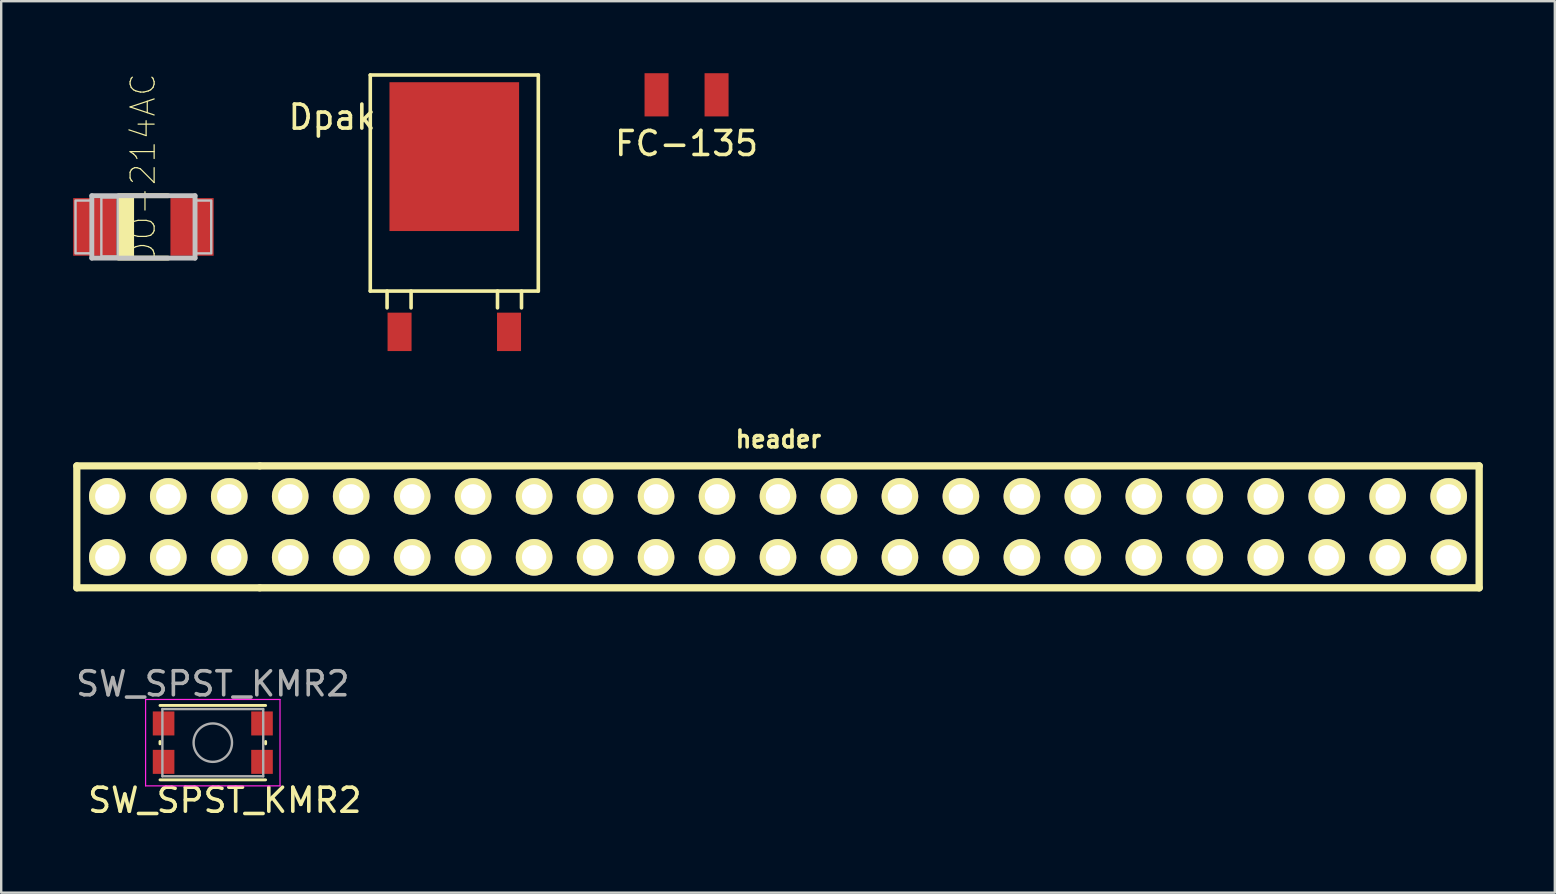
<source format=kicad_pcb>
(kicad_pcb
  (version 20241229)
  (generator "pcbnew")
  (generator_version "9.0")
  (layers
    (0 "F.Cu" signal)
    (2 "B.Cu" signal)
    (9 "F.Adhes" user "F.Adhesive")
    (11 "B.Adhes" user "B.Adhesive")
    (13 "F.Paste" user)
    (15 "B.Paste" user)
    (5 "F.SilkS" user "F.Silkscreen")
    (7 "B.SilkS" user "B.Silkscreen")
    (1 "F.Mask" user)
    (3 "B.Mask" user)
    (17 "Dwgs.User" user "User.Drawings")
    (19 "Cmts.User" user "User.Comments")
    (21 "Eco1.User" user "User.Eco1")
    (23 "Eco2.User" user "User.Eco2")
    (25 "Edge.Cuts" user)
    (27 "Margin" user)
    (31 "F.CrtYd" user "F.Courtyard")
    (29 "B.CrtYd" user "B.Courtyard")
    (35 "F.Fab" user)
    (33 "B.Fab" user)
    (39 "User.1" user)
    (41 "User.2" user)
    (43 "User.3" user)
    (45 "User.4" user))
  (footprint "header"
    (layer "F.Cu")
    (at 29.375 18.748)
    (property "Reference" "header" (at 0 -3.5 0) (layer "F.SilkS") (effects (font (size 0.7 0.7) (thickness 0.15))))
    (attr through_hole)
    (fp_line (start -29.225 -2.39) (end -21.605 -2.39) (stroke (width 0.3) (type solid)) (layer "F.SilkS"))
    (fp_line (start -29.225 2.69) (end -29.225 -2.39) (stroke (width 0.3) (type solid)) (layer "F.SilkS"))
    (fp_line (start -21.605 -2.39) (end 29.195 -2.39) (stroke (width 0.305) (type solid)) (layer "F.SilkS"))
    (fp_line (start -21.605 2.69) (end -29.225 2.69) (stroke (width 0.3) (type solid)) (layer "F.SilkS"))
    (fp_line (start -21.605 2.69) (end 29.195 2.69) (stroke (width 0.305) (type solid)) (layer "F.SilkS"))
    (fp_line (start 29.195 -2.39) (end 29.195 2.69) (stroke (width 0.305) (type solid)) (layer "F.SilkS"))
    (pad "1" thru_hole circle (at 27.925 1.42 180) (size 1.5 1.5) (drill 1.02) (layers "*.Cu" "*.Mask" "F.SilkS"))
    (pad "2" thru_hole circle (at 27.925 -1.12 180) (size 1.524 1.524) (drill 1.016) (layers "*.Cu" "*.Mask" "F.SilkS"))
    (pad "3" thru_hole circle (at 25.385 1.42 180) (size 1.524 1.524) (drill 1.016) (layers "*.Cu" "*.Mask" "F.SilkS"))
    (pad "4" thru_hole circle (at 25.385 -1.12 180) (size 1.524 1.524) (drill 1.016) (layers "*.Cu" "*.Mask" "F.SilkS"))
    (pad "5" thru_hole circle (at 22.845 1.42 180) (size 1.524 1.524) (drill 1.016) (layers "*.Cu" "*.Mask" "F.SilkS"))
    (pad "6" thru_hole circle (at 22.845 -1.12 180) (size 1.524 1.524) (drill 1.016) (layers "*.Cu" "*.Mask" "F.SilkS"))
    (pad "7" thru_hole circle (at 20.305 1.42 180) (size 1.524 1.524) (drill 1.016) (layers "*.Cu" "*.Mask" "F.SilkS"))
    (pad "8" thru_hole circle (at 20.305 -1.12 180) (size 1.524 1.524) (drill 1.016) (layers "*.Cu" "*.Mask" "F.SilkS"))
    (pad "9" thru_hole circle (at 17.765 1.42 180) (size 1.524 1.524) (drill 1.016) (layers "*.Cu" "*.Mask" "F.SilkS"))
    (pad "10" thru_hole circle (at 17.765 -1.12 180) (size 1.524 1.524) (drill 1.016) (layers "*.Cu" "*.Mask" "F.SilkS"))
    (pad "11" thru_hole circle (at 15.225 1.42 180) (size 1.524 1.524) (drill 1.016) (layers "*.Cu" "*.Mask" "F.SilkS"))
    (pad "12" thru_hole circle (at 15.225 -1.12 180) (size 1.524 1.524) (drill 1.016) (layers "*.Cu" "*.Mask" "F.SilkS"))
    (pad "13" thru_hole circle (at 12.685 1.42 180) (size 1.524 1.524) (drill 1.016) (layers "*.Cu" "*.Mask" "F.SilkS"))
    (pad "14" thru_hole circle (at 12.685 -1.12 180) (size 1.524 1.524) (drill 1.016) (layers "*.Cu" "*.Mask" "F.SilkS"))
    (pad "15" thru_hole circle (at 10.145 1.42 180) (size 1.524 1.524) (drill 1.016) (layers "*.Cu" "*.Mask" "F.SilkS"))
    (pad "16" thru_hole circle (at 10.145 -1.12 180) (size 1.524 1.524) (drill 1.016) (layers "*.Cu" "*.Mask" "F.SilkS"))
    (pad "17" thru_hole circle (at 7.605 1.42 180) (size 1.524 1.524) (drill 1.016) (layers "*.Cu" "*.Mask" "F.SilkS"))
    (pad "18" thru_hole circle (at 7.605 -1.12 180) (size 1.524 1.524) (drill 1.016) (layers "*.Cu" "*.Mask" "F.SilkS"))
    (pad "19" thru_hole circle (at 5.065 1.42 180) (size 1.524 1.524) (drill 1.016) (layers "*.Cu" "*.Mask" "F.SilkS"))
    (pad "20" thru_hole circle (at 5.065 -1.12 180) (size 1.524 1.524) (drill 1.016) (layers "*.Cu" "*.Mask" "F.SilkS"))
    (pad "21" thru_hole circle (at 2.525 1.42 180) (size 1.524 1.524) (drill 1.016) (layers "*.Cu" "*.Mask" "F.SilkS"))
    (pad "22" thru_hole circle (at 2.525 -1.12 180) (size 1.524 1.524) (drill 1.016) (layers "*.Cu" "*.Mask" "F.SilkS"))
    (pad "23" thru_hole circle (at -0.015 1.42 180) (size 1.524 1.524) (drill 1.016) (layers "*.Cu" "*.Mask" "F.SilkS"))
    (pad "24" thru_hole circle (at -0.015 -1.12 180) (size 1.524 1.524) (drill 1.016) (layers "*.Cu" "*.Mask" "F.SilkS"))
    (pad "25" thru_hole circle (at -2.555 1.42 180) (size 1.524 1.524) (drill 1.016) (layers "*.Cu" "*.Mask" "F.SilkS"))
    (pad "26" thru_hole circle (at -2.555 -1.12 180) (size 1.524 1.524) (drill 1.016) (layers "*.Cu" "*.Mask" "F.SilkS"))
    (pad "27" thru_hole circle (at -5.095 1.42 180) (size 1.524 1.524) (drill 1.016) (layers "*.Cu" "*.Mask" "F.SilkS"))
    (pad "28" thru_hole circle (at -5.095 -1.12 180) (size 1.524 1.524) (drill 1.016) (layers "*.Cu" "*.Mask" "F.SilkS"))
    (pad "29" thru_hole circle (at -7.635 1.42 180) (size 1.524 1.524) (drill 1.016) (layers "*.Cu" "*.Mask" "F.SilkS"))
    (pad "30" thru_hole circle (at -7.635 -1.12 180) (size 1.524 1.524) (drill 1.016) (layers "*.Cu" "*.Mask" "F.SilkS"))
    (pad "31" thru_hole circle (at -10.175 1.42 180) (size 1.524 1.524) (drill 1.016) (layers "*.Cu" "*.Mask" "F.SilkS"))
    (pad "32" thru_hole circle (at -10.175 -1.12 180) (size 1.524 1.524) (drill 1.016) (layers "*.Cu" "*.Mask" "F.SilkS"))
    (pad "33" thru_hole circle (at -12.715 1.42 180) (size 1.524 1.524) (drill 1.016) (layers "*.Cu" "*.Mask" "F.SilkS"))
    (pad "34" thru_hole circle (at -12.715 -1.12 180) (size 1.524 1.524) (drill 1.016) (layers "*.Cu" "*.Mask" "F.SilkS"))
    (pad "35" thru_hole circle (at -15.255 1.42 180) (size 1.524 1.524) (drill 1.016) (layers "*.Cu" "*.Mask" "F.SilkS"))
    (pad "36" thru_hole circle (at -15.255 -1.12 180) (size 1.524 1.524) (drill 1.016) (layers "*.Cu" "*.Mask" "F.SilkS"))
    (pad "37" thru_hole circle (at -17.795 1.42 180) (size 1.524 1.524) (drill 1.016) (layers "*.Cu" "*.Mask" "F.SilkS"))
    (pad "38" thru_hole circle (at -17.795 -1.12 180) (size 1.524 1.524) (drill 1.016) (layers "*.Cu" "*.Mask" "F.SilkS"))
    (pad "39" thru_hole circle (at -20.335 1.42 180) (size 1.524 1.524) (drill 1.016) (layers "*.Cu" "*.Mask" "F.SilkS"))
    (pad "40" thru_hole circle (at -20.335 -1.12 180) (size 1.524 1.524) (drill 1.016) (layers "*.Cu" "*.Mask" "F.SilkS"))
    (pad "41" thru_hole circle (at -22.875 1.42 180) (size 1.524 1.524) (drill 1.016) (layers "*.Cu" "*.Mask" "F.SilkS"))
    (pad "42" thru_hole circle (at -22.875 -1.12 180) (size 1.524 1.524) (drill 1.016) (layers "*.Cu" "*.Mask" "F.SilkS"))
    (pad "43" thru_hole circle (at -25.415 1.42 180) (size 1.524 1.524) (drill 1.016) (layers "*.Cu" "*.Mask" "F.SilkS"))
    (pad "44" thru_hole circle (at -25.415 -1.12 180) (size 1.524 1.524) (drill 1.016) (layers "*.Cu" "*.Mask" "F.SilkS"))
    (pad "45" thru_hole circle (at -27.955 1.42 180) (size 1.524 1.524) (drill 1.016) (layers "*.Cu" "*.Mask" "F.SilkS"))
    (pad "46" thru_hole circle (at -27.955 -1.12 180) (size 1.524 1.524) (drill 1.016) (layers "*.Cu" "*.Mask" "F.SilkS")))
  (footprint "FC-135"
    (layer "F.Cu")
    (at 25.551 0.9)
    (property "Reference" "FC-135" (at 0 2.029 0) (layer "F.SilkS") (effects (font (size 1 1) (thickness 0.15))))
    (attr through_hole)
    (pad "1" smd rect (at -1.25 0) (size 1 1.8) (layers "F.Cu" "F.Mask" "F.Paste"))
    (pad "2" smd rect (at 1.25 0) (size 1 1.8) (layers "F.Cu" "F.Mask" "F.Paste")))
  (footprint "SW_SPST_KMR2"
    (layer "F.Cu")
    (at 5.815 27.888)
    (property "Reference" "SW_SPST_KMR2" (at 0.5 2.4 180) (layer "F.SilkS") (effects (font (size 1 1) (thickness 0.15))))
    (attr smd)
    (fp_line (start -2.2 0.05) (end -2.2 -0.05) (stroke (width 0.12) (type solid)) (layer "F.SilkS"))
    (fp_line (start -2.2 1.55) (end 2.2 1.55) (stroke (width 0.12) (type solid)) (layer "F.SilkS"))
    (fp_line (start 2.2 -1.55) (end -2.2 -1.55) (stroke (width 0.12) (type solid)) (layer "F.SilkS"))
    (fp_line (start 2.2 0.05) (end 2.2 -0.05) (stroke (width 0.12) (type solid)) (layer "F.SilkS"))
    (fp_line (start -2.8 -1.8) (end 2.8 -1.8) (stroke (width 0.05) (type solid)) (layer "F.CrtYd"))
    (fp_line (start -2.8 1.8) (end -2.8 -1.8) (stroke (width 0.05) (type solid)) (layer "F.CrtYd"))
    (fp_line (start 2.8 -1.8) (end 2.8 1.8) (stroke (width 0.05) (type solid)) (layer "F.CrtYd"))
    (fp_line (start 2.8 1.8) (end -2.8 1.8) (stroke (width 0.05) (type solid)) (layer "F.CrtYd"))
    (fp_line (start -2.1 -1.4) (end 2.1 -1.4) (stroke (width 0.1) (type solid)) (layer "F.Fab"))
    (fp_line (start -2.1 1.4) (end -2.1 -1.4) (stroke (width 0.1) (type solid)) (layer "F.Fab"))
    (fp_line (start 2.1 -1.4) (end 2.1 1.4) (stroke (width 0.1) (type solid)) (layer "F.Fab"))
    (fp_line (start 2.1 1.4) (end -2.1 1.4) (stroke (width 0.1) (type solid)) (layer "F.Fab"))
    (fp_circle (center 0 0) (end 0 0.8) (stroke (width 0.1) (type solid)) (fill no) (layer "F.Fab"))
    (fp_text user "${REFERENCE}" (at 0 -2.45 0) (layer "F.Fab") (effects (font (size 1 1) (thickness 0.15))))
    (pad "1" smd rect (at -2.05 -0.8) (size 0.9 1) (layers "F.Cu" "F.Mask" "F.Paste"))
    (pad "1" smd rect (at 2.05 -0.8) (size 0.9 1) (layers "F.Cu" "F.Mask" "F.Paste"))
    (pad "2" smd rect (at -2.05 0.8) (size 0.9 1) (layers "F.Cu" "F.Mask" "F.Paste"))
    (pad "2" smd rect (at 2.05 0.8) (size 0.9 1) (layers "F.Cu" "F.Mask" "F.Paste")))
  (footprint "DO-214AC"
    (layer "F.Cu")
    (at 2.925 6.403)
    (property "Reference" "DO-214AC" (at -0.015 -2.421 90) (layer "F.SilkS") (effects (font (size 1.002 1.002) (thickness 0.05))))
    (attr smd)
    (fp_line (start -1.035 -1.3) (end 1.025 -1.3) (stroke (width 0.203) (type solid)) (layer "F.SilkS"))
    (fp_line (start 1.025 1.3) (end -1.035 1.3) (stroke (width 0.203) (type solid)) (layer "F.SilkS"))
    (fp_poly (pts (xy -1.067 -1.225) (xy -0.39 -1.225) (xy -0.39 1.227) (xy -1.067 1.227)) (stroke (width 0) (type solid)) (fill yes) (layer "F.SilkS"))
    (fp_line (start -2.15 -1.3) (end 2.15 -1.3) (stroke (width 0.203) (type solid)) (layer "Dwgs.User"))
    (fp_line (start -2.15 1.3) (end -2.15 -1.3) (stroke (width 0.203) (type solid)) (layer "Dwgs.User"))
    (fp_line (start 2.15 -1.3) (end 2.15 1.3) (stroke (width 0.203) (type solid)) (layer "Dwgs.User"))
    (fp_line (start 2.15 1.3) (end -2.15 1.3) (stroke (width 0.203) (type solid)) (layer "Dwgs.User"))
    (fp_poly (pts (xy -2.829 -1.1) (xy -2.175 -1.1) (xy -2.175 1.101) (xy -2.829 1.101)) (stroke (width 0.1) (type solid)) (fill no) (layer "Dwgs.User"))
    (fp_poly (pts (xy -1.753 -1.225) (xy -1.075 -1.225) (xy -1.075 1.227) (xy -1.753 1.227)) (stroke (width 0.1) (type solid)) (fill no) (layer "Dwgs.User"))
    (fp_poly (pts (xy 2.825 1.102) (xy 2.179 1.102) (xy 2.179 -1.1) (xy 2.825 -1.1)) (stroke (width 0.1) (type solid)) (fill no) (layer "Dwgs.User"))
    (pad "A" smd rect (at 2.025 0 180) (size 1.8 2.4) (layers "F.Cu" "F.Mask" "F.Paste"))
    (pad "C" smd rect (at -2.025 0) (size 1.8 2.4) (layers "F.Cu" "F.Mask" "F.Paste")))
  (footprint "Dpak"
    (layer "F.Cu")
    (at 15.875 3.475)
    (property "Reference" "Dpak" (at -5.09 -1.645 0) (layer "F.SilkS") (effects (font (size 1 1) (thickness 0.15))))
    (attr through_hole)
    (fp_line (start -3.5 -3.4) (end 3.5 -3.4) (stroke (width 0.15) (type solid)) (layer "F.SilkS"))
    (fp_line (start -3.5 5.6) (end -3.5 -3.4) (stroke (width 0.15) (type solid)) (layer "F.SilkS"))
    (fp_line (start -2.8 5.6) (end -2.8 6.3) (stroke (width 0.15) (type solid)) (layer "F.SilkS"))
    (fp_line (start -1.8 5.6) (end -1.8 6.3) (stroke (width 0.15) (type solid)) (layer "F.SilkS"))
    (fp_line (start 1.8 6.3) (end 1.8 5.6) (stroke (width 0.15) (type solid)) (layer "F.SilkS"))
    (fp_line (start 2.8 6.3) (end 2.8 5.6) (stroke (width 0.15) (type solid)) (layer "F.SilkS"))
    (fp_line (start 3.5 -3.4) (end 3.5 5.6) (stroke (width 0.15) (type solid)) (layer "F.SilkS"))
    (fp_line (start 3.5 5.6) (end -3.5 5.6) (stroke (width 0.15) (type solid)) (layer "F.SilkS"))
    (pad "1" smd rect (at -2.28 7.3) (size 1 1.6) (layers "F.Cu" "F.Mask" "F.Paste"))
    (pad "3" smd rect (at 2.28 7.3) (size 1 1.6) (layers "F.Cu" "F.Mask" "F.Paste"))
    (pad "4" smd rect (at 0 0) (size 5.4 6.2) (layers "F.Cu" "F.Mask" "F.Paste")))
  (gr_rect
    (start -3 -3)
    (end 61.722 34.136)
    (stroke (width 0.1) (type default))
    (fill no)
    (layer "Edge.Cuts")))
</source>
